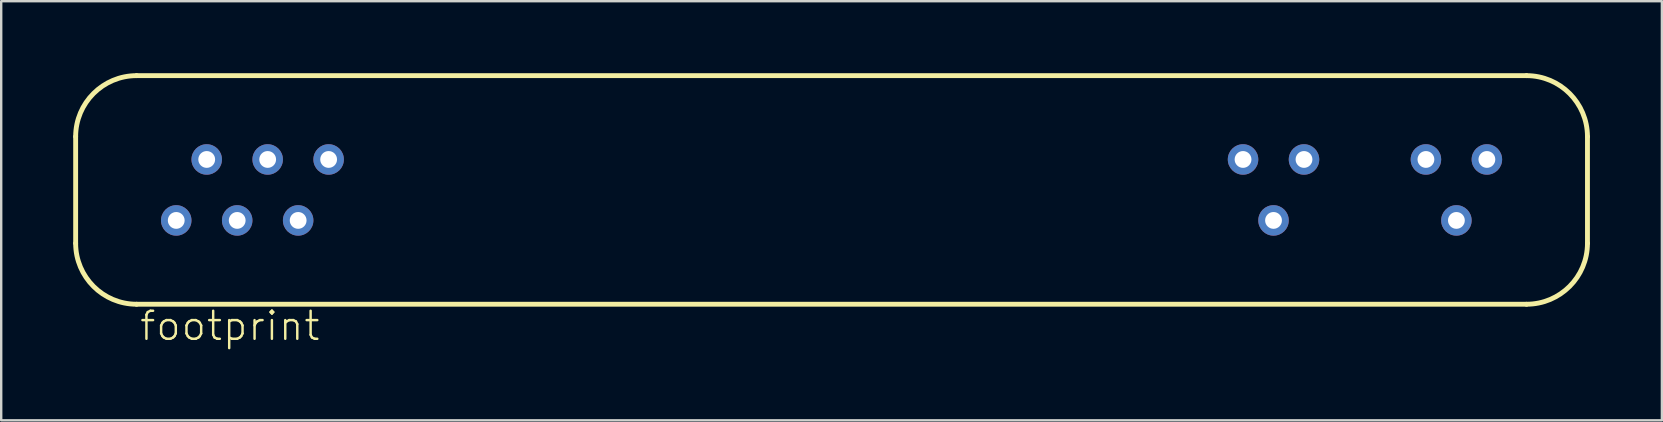
<source format=kicad_pcb>
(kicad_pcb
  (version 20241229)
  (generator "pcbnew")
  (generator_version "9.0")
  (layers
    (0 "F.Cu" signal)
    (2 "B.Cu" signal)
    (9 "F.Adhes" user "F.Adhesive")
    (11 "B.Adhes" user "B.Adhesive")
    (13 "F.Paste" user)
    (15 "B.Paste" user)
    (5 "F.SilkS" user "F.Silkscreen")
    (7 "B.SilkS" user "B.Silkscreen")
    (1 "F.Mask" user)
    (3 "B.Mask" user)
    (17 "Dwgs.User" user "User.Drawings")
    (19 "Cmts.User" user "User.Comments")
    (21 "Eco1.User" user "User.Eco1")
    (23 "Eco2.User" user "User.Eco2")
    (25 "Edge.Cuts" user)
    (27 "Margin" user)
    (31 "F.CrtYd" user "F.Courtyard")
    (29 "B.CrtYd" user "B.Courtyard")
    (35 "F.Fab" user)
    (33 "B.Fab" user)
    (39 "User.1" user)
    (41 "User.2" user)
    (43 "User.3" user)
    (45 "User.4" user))
  (footprint "footprint"
    (layer "F.Cu")
    (at 31.598 4.864)
    (property "Reference" "footprint" (at -28.892 6.35 0) (layer "F.SilkS") (effects (font (size 1.168 1.168) (thickness 0.102)) (justify left bottom)))
    (fp_line (start -31.496 2.223) (end -31.496 -2.223) (stroke (width 0.203) (type solid)) (layer "F.SilkS"))
    (fp_line (start -28.956 -4.763) (end 28.956 -4.763) (stroke (width 0.203) (type solid)) (layer "F.SilkS"))
    (fp_line (start 28.956 4.763) (end -28.956 4.763) (stroke (width 0.203) (type solid)) (layer "F.SilkS"))
    (fp_line (start 31.496 -2.223) (end 31.496 2.223) (stroke (width 0.203) (type solid)) (layer "F.SilkS"))
    (fp_arc (start -31.496 -2.2225) (mid -30.752051 -4.018551) (end -28.956 -4.7625) (stroke (width 0.2032) (type solid)) (layer "F.SilkS"))
    (fp_arc (start -28.956 4.7625) (mid -30.752051 4.018551) (end -31.496 2.2225) (stroke (width 0.2032) (type solid)) (layer "F.SilkS"))
    (fp_arc (start 28.956 -4.7625) (mid 30.752051 -4.018551) (end 31.496 -2.2225) (stroke (width 0.2032) (type solid)) (layer "F.SilkS"))
    (fp_arc (start 31.496 2.2225) (mid 30.752051 4.018551) (end 28.956 4.7625) (stroke (width 0.2032) (type solid)) (layer "F.SilkS"))
    (pad "1" thru_hole circle (at -27.305 1.27) (size 1.27 1.27) (drill 0.7) (layers "*.Cu" "*.Mask"))
    (pad "2" thru_hole circle (at -26.035 -1.27) (size 1.27 1.27) (drill 0.7) (layers "*.Cu" "*.Mask"))
    (pad "3" thru_hole circle (at -24.765 1.27) (size 1.27 1.27) (drill 0.7) (layers "*.Cu" "*.Mask"))
    (pad "4" thru_hole circle (at -23.495 -1.27) (size 1.27 1.27) (drill 0.7) (layers "*.Cu" "*.Mask"))
    (pad "5" thru_hole circle (at -22.225 1.27) (size 1.27 1.27) (drill 0.7) (layers "*.Cu" "*.Mask"))
    (pad "6" thru_hole circle (at -20.955 -1.27) (size 1.27 1.27) (drill 0.7) (layers "*.Cu" "*.Mask"))
    (pad "36" thru_hole circle (at 17.145 -1.27) (size 1.27 1.27) (drill 0.7) (layers "*.Cu" "*.Mask"))
    (pad "37" thru_hole circle (at 18.415 1.27) (size 1.27 1.27) (drill 0.7) (layers "*.Cu" "*.Mask"))
    (pad "38" thru_hole circle (at 19.685 -1.27) (size 1.27 1.27) (drill 0.7) (layers "*.Cu" "*.Mask"))
    (pad "42" thru_hole circle (at 24.765 -1.27) (size 1.27 1.27) (drill 0.7) (layers "*.Cu" "*.Mask"))
    (pad "43" thru_hole circle (at 26.035 1.27) (size 1.27 1.27) (drill 0.7) (layers "*.Cu" "*.Mask"))
    (pad "44" thru_hole circle (at 27.305 -1.27) (size 1.27 1.27) (drill 0.7) (layers "*.Cu" "*.Mask")))
  (gr_rect
    (start -3 -3)
    (end 66.195 14.465)
    (stroke (width 0.1) (type default))
    (fill no)
    (layer "Edge.Cuts")))
</source>
